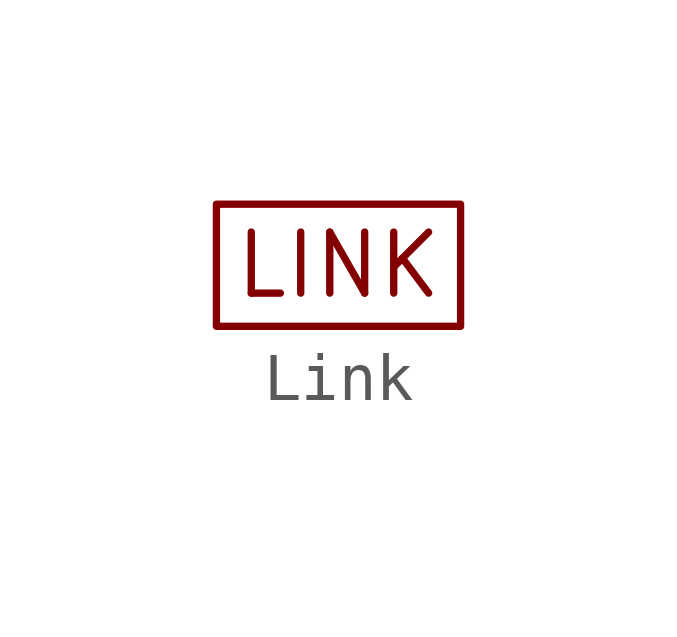
<source format=kicad_sym>
(kicad_symbol_lib
  (version 20211014)
  (generator kicad_symbol_editor)
  (symbol "Link"
    (pin_numbers hide)
    (pin_names
      (offset 0) hide)
    (property "Reference" "#Z?"
      (at 0 3.556 0)
      (effects (font (size 1.27 1.27)) hide))
    (symbol "Link_0_0"
      (text "LINK" (at 0 1.016 0) (effects (font (size 1.27 1.27)))))
    (symbol "Link_0_1"
      (rectangle (start -2.54 2.286) (end 2.54 -0.254) (stroke (width 0) (type default) (color 0 0 0 0)) (fill (type none))))))
</source>
